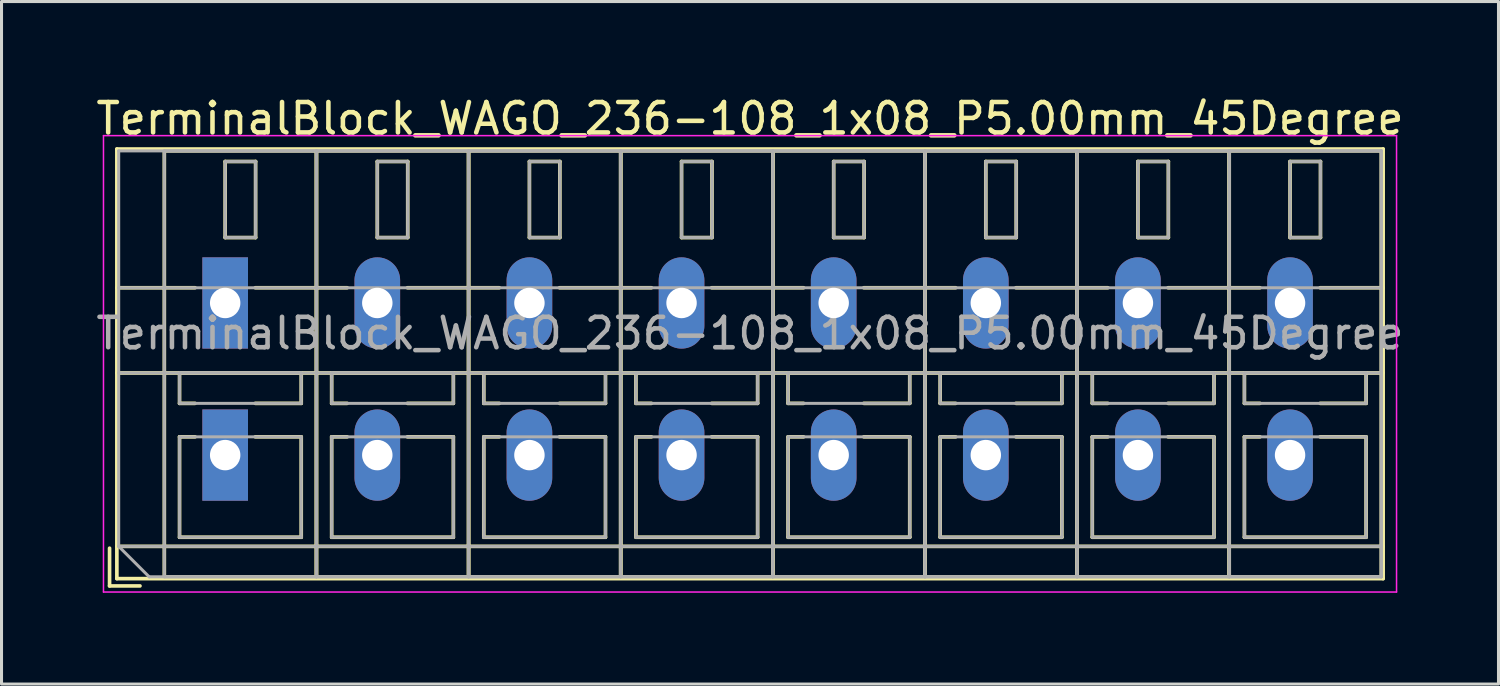
<source format=kicad_pcb>
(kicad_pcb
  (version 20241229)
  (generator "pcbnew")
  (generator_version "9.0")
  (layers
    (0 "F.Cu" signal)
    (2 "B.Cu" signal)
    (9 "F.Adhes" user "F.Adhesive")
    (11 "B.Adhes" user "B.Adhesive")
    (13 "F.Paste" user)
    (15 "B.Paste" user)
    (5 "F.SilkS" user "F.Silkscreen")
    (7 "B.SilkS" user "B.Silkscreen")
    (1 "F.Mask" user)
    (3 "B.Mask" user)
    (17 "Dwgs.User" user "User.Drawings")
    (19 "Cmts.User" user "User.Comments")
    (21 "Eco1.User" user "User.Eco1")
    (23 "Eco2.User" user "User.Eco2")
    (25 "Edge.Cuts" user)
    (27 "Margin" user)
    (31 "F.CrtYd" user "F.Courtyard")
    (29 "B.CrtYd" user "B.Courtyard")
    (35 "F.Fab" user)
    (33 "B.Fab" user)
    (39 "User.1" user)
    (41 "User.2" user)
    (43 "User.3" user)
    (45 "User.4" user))
  (footprint "TerminalBlock_WAGO_236-108_1x08_P5.00mm_45Degree"
    (layer "F.Cu")
    (at 4.351 11.908)
    (property "Reference" "TerminalBlock_WAGO_236-108_1x08_P5.00mm_45Degree" (at 17.25 -11.06 0) (layer "F.SilkS") (effects (font (size 1 1) (thickness 0.15))))
    (attr through_hole)
    (fp_line (start -3.8 3.06) (end -3.8 4.3) (stroke (width 0.12) (type solid)) (layer "F.SilkS"))
    (fp_line (start -3.8 4.3) (end -2.8 4.3) (stroke (width 0.12) (type solid)) (layer "F.SilkS"))
    (fp_line (start -3.56 -10.06) (end -3.56 4.06) (stroke (width 0.12) (type solid)) (layer "F.SilkS"))
    (fp_line (start -3.56 -10.06) (end 38.06 -10.06) (stroke (width 0.12) (type solid)) (layer "F.SilkS"))
    (fp_line (start -3.56 -5.5) (end -0.99 -5.5) (stroke (width 0.12) (type solid)) (layer "F.SilkS"))
    (fp_line (start -3.56 -2.7) (end 38.06 -2.7) (stroke (width 0.12) (type solid)) (layer "F.SilkS"))
    (fp_line (start -3.56 3) (end 38.06 3) (stroke (width 0.12) (type solid)) (layer "F.SilkS"))
    (fp_line (start -3.56 4.06) (end 38.06 4.06) (stroke (width 0.12) (type solid)) (layer "F.SilkS"))
    (fp_line (start -2 -10) (end -2 4) (stroke (width 0.12) (type solid)) (layer "F.SilkS"))
    (fp_line (start -2 -10) (end 3 -10) (stroke (width 0.12) (type solid)) (layer "F.SilkS"))
    (fp_line (start -2 4) (end 3 4) (stroke (width 0.12) (type solid)) (layer "F.SilkS"))
    (fp_line (start -1.5 -2.7) (end -1.5 -1.701) (stroke (width 0.12) (type solid)) (layer "F.SilkS"))
    (fp_line (start -1.5 -2.7) (end 2.5 -2.7) (stroke (width 0.12) (type solid)) (layer "F.SilkS"))
    (fp_line (start -1.5 -1.701) (end -0.99 -1.701) (stroke (width 0.12) (type solid)) (layer "F.SilkS"))
    (fp_line (start -1.5 -0.6) (end -1.5 2.7) (stroke (width 0.12) (type solid)) (layer "F.SilkS"))
    (fp_line (start -1.5 -0.6) (end -0.99 -0.6) (stroke (width 0.12) (type solid)) (layer "F.SilkS"))
    (fp_line (start -1.5 2.7) (end 2.5 2.7) (stroke (width 0.12) (type solid)) (layer "F.SilkS"))
    (fp_line (start 0 -9.65) (end 0 -7.15) (stroke (width 0.12) (type solid)) (layer "F.SilkS"))
    (fp_line (start 0 -9.65) (end 1 -9.65) (stroke (width 0.12) (type solid)) (layer "F.SilkS"))
    (fp_line (start 0 -7.15) (end 1 -7.15) (stroke (width 0.12) (type solid)) (layer "F.SilkS"))
    (fp_line (start 0.99 -5.5) (end 4.01 -5.5) (stroke (width 0.12) (type solid)) (layer "F.SilkS"))
    (fp_line (start 0.99 -1.701) (end 2.5 -1.701) (stroke (width 0.12) (type solid)) (layer "F.SilkS"))
    (fp_line (start 0.99 -0.6) (end 2.5 -0.6) (stroke (width 0.12) (type solid)) (layer "F.SilkS"))
    (fp_line (start 1 -9.65) (end 1 -7.15) (stroke (width 0.12) (type solid)) (layer "F.SilkS"))
    (fp_line (start 2.5 -2.7) (end 2.5 -1.701) (stroke (width 0.12) (type solid)) (layer "F.SilkS"))
    (fp_line (start 2.5 -0.6) (end 2.5 2.7) (stroke (width 0.12) (type solid)) (layer "F.SilkS"))
    (fp_line (start 3 -10) (end 3 4) (stroke (width 0.12) (type solid)) (layer "F.SilkS"))
    (fp_line (start 3 -10) (end 3 4) (stroke (width 0.12) (type solid)) (layer "F.SilkS"))
    (fp_line (start 3 -10) (end 8 -10) (stroke (width 0.12) (type solid)) (layer "F.SilkS"))
    (fp_line (start 3 4) (end 8 4) (stroke (width 0.12) (type solid)) (layer "F.SilkS"))
    (fp_line (start 3.5 -2.7) (end 3.5 -1.701) (stroke (width 0.12) (type solid)) (layer "F.SilkS"))
    (fp_line (start 3.5 -2.7) (end 7.5 -2.7) (stroke (width 0.12) (type solid)) (layer "F.SilkS"))
    (fp_line (start 3.5 -1.701) (end 4.01 -1.701) (stroke (width 0.12) (type solid)) (layer "F.SilkS"))
    (fp_line (start 3.5 -0.6) (end 3.5 2.7) (stroke (width 0.12) (type solid)) (layer "F.SilkS"))
    (fp_line (start 3.5 -0.6) (end 4.01 -0.6) (stroke (width 0.12) (type solid)) (layer "F.SilkS"))
    (fp_line (start 3.5 2.7) (end 7.5 2.7) (stroke (width 0.12) (type solid)) (layer "F.SilkS"))
    (fp_line (start 5 -9.65) (end 5 -7.15) (stroke (width 0.12) (type solid)) (layer "F.SilkS"))
    (fp_line (start 5 -9.65) (end 6 -9.65) (stroke (width 0.12) (type solid)) (layer "F.SilkS"))
    (fp_line (start 5 -7.15) (end 6 -7.15) (stroke (width 0.12) (type solid)) (layer "F.SilkS"))
    (fp_line (start 5.99 -5.5) (end 9.01 -5.5) (stroke (width 0.12) (type solid)) (layer "F.SilkS"))
    (fp_line (start 5.99 -1.701) (end 7.5 -1.701) (stroke (width 0.12) (type solid)) (layer "F.SilkS"))
    (fp_line (start 5.99 -0.6) (end 7.5 -0.6) (stroke (width 0.12) (type solid)) (layer "F.SilkS"))
    (fp_line (start 6 -9.65) (end 6 -7.15) (stroke (width 0.12) (type solid)) (layer "F.SilkS"))
    (fp_line (start 7.5 -2.7) (end 7.5 -1.701) (stroke (width 0.12) (type solid)) (layer "F.SilkS"))
    (fp_line (start 7.5 -0.6) (end 7.5 2.7) (stroke (width 0.12) (type solid)) (layer "F.SilkS"))
    (fp_line (start 8 -10) (end 8 4) (stroke (width 0.12) (type solid)) (layer "F.SilkS"))
    (fp_line (start 8 -10) (end 8 4) (stroke (width 0.12) (type solid)) (layer "F.SilkS"))
    (fp_line (start 8 -10) (end 13 -10) (stroke (width 0.12) (type solid)) (layer "F.SilkS"))
    (fp_line (start 8 4) (end 13 4) (stroke (width 0.12) (type solid)) (layer "F.SilkS"))
    (fp_line (start 8.5 -2.7) (end 8.5 -1.701) (stroke (width 0.12) (type solid)) (layer "F.SilkS"))
    (fp_line (start 8.5 -2.7) (end 12.5 -2.7) (stroke (width 0.12) (type solid)) (layer "F.SilkS"))
    (fp_line (start 8.5 -1.701) (end 9.01 -1.701) (stroke (width 0.12) (type solid)) (layer "F.SilkS"))
    (fp_line (start 8.5 -0.6) (end 8.5 2.7) (stroke (width 0.12) (type solid)) (layer "F.SilkS"))
    (fp_line (start 8.5 -0.6) (end 9.01 -0.6) (stroke (width 0.12) (type solid)) (layer "F.SilkS"))
    (fp_line (start 8.5 2.7) (end 12.5 2.7) (stroke (width 0.12) (type solid)) (layer "F.SilkS"))
    (fp_line (start 10 -9.65) (end 10 -7.15) (stroke (width 0.12) (type solid)) (layer "F.SilkS"))
    (fp_line (start 10 -9.65) (end 11 -9.65) (stroke (width 0.12) (type solid)) (layer "F.SilkS"))
    (fp_line (start 10 -7.15) (end 11 -7.15) (stroke (width 0.12) (type solid)) (layer "F.SilkS"))
    (fp_line (start 10.99 -5.5) (end 14.01 -5.5) (stroke (width 0.12) (type solid)) (layer "F.SilkS"))
    (fp_line (start 10.99 -1.701) (end 12.5 -1.701) (stroke (width 0.12) (type solid)) (layer "F.SilkS"))
    (fp_line (start 10.99 -0.6) (end 12.5 -0.6) (stroke (width 0.12) (type solid)) (layer "F.SilkS"))
    (fp_line (start 11 -9.65) (end 11 -7.15) (stroke (width 0.12) (type solid)) (layer "F.SilkS"))
    (fp_line (start 12.5 -2.7) (end 12.5 -1.701) (stroke (width 0.12) (type solid)) (layer "F.SilkS"))
    (fp_line (start 12.5 -0.6) (end 12.5 2.7) (stroke (width 0.12) (type solid)) (layer "F.SilkS"))
    (fp_line (start 13 -10) (end 13 4) (stroke (width 0.12) (type solid)) (layer "F.SilkS"))
    (fp_line (start 13 -10) (end 13 4) (stroke (width 0.12) (type solid)) (layer "F.SilkS"))
    (fp_line (start 13 -10) (end 18 -10) (stroke (width 0.12) (type solid)) (layer "F.SilkS"))
    (fp_line (start 13 4) (end 18 4) (stroke (width 0.12) (type solid)) (layer "F.SilkS"))
    (fp_line (start 13.5 -2.7) (end 13.5 -1.701) (stroke (width 0.12) (type solid)) (layer "F.SilkS"))
    (fp_line (start 13.5 -2.7) (end 17.5 -2.7) (stroke (width 0.12) (type solid)) (layer "F.SilkS"))
    (fp_line (start 13.5 -1.701) (end 14.01 -1.701) (stroke (width 0.12) (type solid)) (layer "F.SilkS"))
    (fp_line (start 13.5 -0.6) (end 13.5 2.7) (stroke (width 0.12) (type solid)) (layer "F.SilkS"))
    (fp_line (start 13.5 -0.6) (end 14.01 -0.6) (stroke (width 0.12) (type solid)) (layer "F.SilkS"))
    (fp_line (start 13.5 2.7) (end 17.5 2.7) (stroke (width 0.12) (type solid)) (layer "F.SilkS"))
    (fp_line (start 15 -9.65) (end 15 -7.15) (stroke (width 0.12) (type solid)) (layer "F.SilkS"))
    (fp_line (start 15 -9.65) (end 16 -9.65) (stroke (width 0.12) (type solid)) (layer "F.SilkS"))
    (fp_line (start 15 -7.15) (end 16 -7.15) (stroke (width 0.12) (type solid)) (layer "F.SilkS"))
    (fp_line (start 15.99 -5.5) (end 19.01 -5.5) (stroke (width 0.12) (type solid)) (layer "F.SilkS"))
    (fp_line (start 15.99 -1.701) (end 17.5 -1.701) (stroke (width 0.12) (type solid)) (layer "F.SilkS"))
    (fp_line (start 15.99 -0.6) (end 17.5 -0.6) (stroke (width 0.12) (type solid)) (layer "F.SilkS"))
    (fp_line (start 16 -9.65) (end 16 -7.15) (stroke (width 0.12) (type solid)) (layer "F.SilkS"))
    (fp_line (start 17.5 -2.7) (end 17.5 -1.701) (stroke (width 0.12) (type solid)) (layer "F.SilkS"))
    (fp_line (start 17.5 -0.6) (end 17.5 2.7) (stroke (width 0.12) (type solid)) (layer "F.SilkS"))
    (fp_line (start 18 -10) (end 18 4) (stroke (width 0.12) (type solid)) (layer "F.SilkS"))
    (fp_line (start 18 -10) (end 18 4) (stroke (width 0.12) (type solid)) (layer "F.SilkS"))
    (fp_line (start 18 -10) (end 23 -10) (stroke (width 0.12) (type solid)) (layer "F.SilkS"))
    (fp_line (start 18 4) (end 23 4) (stroke (width 0.12) (type solid)) (layer "F.SilkS"))
    (fp_line (start 18.5 -2.7) (end 18.5 -1.701) (stroke (width 0.12) (type solid)) (layer "F.SilkS"))
    (fp_line (start 18.5 -2.7) (end 22.5 -2.7) (stroke (width 0.12) (type solid)) (layer "F.SilkS"))
    (fp_line (start 18.5 -1.701) (end 19.01 -1.701) (stroke (width 0.12) (type solid)) (layer "F.SilkS"))
    (fp_line (start 18.5 -0.6) (end 18.5 2.7) (stroke (width 0.12) (type solid)) (layer "F.SilkS"))
    (fp_line (start 18.5 -0.6) (end 19.01 -0.6) (stroke (width 0.12) (type solid)) (layer "F.SilkS"))
    (fp_line (start 18.5 2.7) (end 22.5 2.7) (stroke (width 0.12) (type solid)) (layer "F.SilkS"))
    (fp_line (start 20 -9.65) (end 20 -7.15) (stroke (width 0.12) (type solid)) (layer "F.SilkS"))
    (fp_line (start 20 -9.65) (end 21 -9.65) (stroke (width 0.12) (type solid)) (layer "F.SilkS"))
    (fp_line (start 20 -7.15) (end 21 -7.15) (stroke (width 0.12) (type solid)) (layer "F.SilkS"))
    (fp_line (start 20.99 -5.5) (end 24.01 -5.5) (stroke (width 0.12) (type solid)) (layer "F.SilkS"))
    (fp_line (start 20.99 -1.701) (end 22.5 -1.701) (stroke (width 0.12) (type solid)) (layer "F.SilkS"))
    (fp_line (start 20.99 -0.6) (end 22.5 -0.6) (stroke (width 0.12) (type solid)) (layer "F.SilkS"))
    (fp_line (start 21 -9.65) (end 21 -7.15) (stroke (width 0.12) (type solid)) (layer "F.SilkS"))
    (fp_line (start 22.5 -2.7) (end 22.5 -1.701) (stroke (width 0.12) (type solid)) (layer "F.SilkS"))
    (fp_line (start 22.5 -0.6) (end 22.5 2.7) (stroke (width 0.12) (type solid)) (layer "F.SilkS"))
    (fp_line (start 23 -10) (end 23 4) (stroke (width 0.12) (type solid)) (layer "F.SilkS"))
    (fp_line (start 23 -10) (end 23 4) (stroke (width 0.12) (type solid)) (layer "F.SilkS"))
    (fp_line (start 23 -10) (end 28 -10) (stroke (width 0.12) (type solid)) (layer "F.SilkS"))
    (fp_line (start 23 4) (end 28 4) (stroke (width 0.12) (type solid)) (layer "F.SilkS"))
    (fp_line (start 23.5 -2.7) (end 23.5 -1.701) (stroke (width 0.12) (type solid)) (layer "F.SilkS"))
    (fp_line (start 23.5 -2.7) (end 27.5 -2.7) (stroke (width 0.12) (type solid)) (layer "F.SilkS"))
    (fp_line (start 23.5 -1.701) (end 24.01 -1.701) (stroke (width 0.12) (type solid)) (layer "F.SilkS"))
    (fp_line (start 23.5 -0.6) (end 23.5 2.7) (stroke (width 0.12) (type solid)) (layer "F.SilkS"))
    (fp_line (start 23.5 -0.6) (end 24.01 -0.6) (stroke (width 0.12) (type solid)) (layer "F.SilkS"))
    (fp_line (start 23.5 2.7) (end 27.5 2.7) (stroke (width 0.12) (type solid)) (layer "F.SilkS"))
    (fp_line (start 25 -9.65) (end 25 -7.15) (stroke (width 0.12) (type solid)) (layer "F.SilkS"))
    (fp_line (start 25 -9.65) (end 26 -9.65) (stroke (width 0.12) (type solid)) (layer "F.SilkS"))
    (fp_line (start 25 -7.15) (end 26 -7.15) (stroke (width 0.12) (type solid)) (layer "F.SilkS"))
    (fp_line (start 25.99 -5.5) (end 29.01 -5.5) (stroke (width 0.12) (type solid)) (layer "F.SilkS"))
    (fp_line (start 25.99 -1.701) (end 27.5 -1.701) (stroke (width 0.12) (type solid)) (layer "F.SilkS"))
    (fp_line (start 25.99 -0.6) (end 27.5 -0.6) (stroke (width 0.12) (type solid)) (layer "F.SilkS"))
    (fp_line (start 26 -9.65) (end 26 -7.15) (stroke (width 0.12) (type solid)) (layer "F.SilkS"))
    (fp_line (start 27.5 -2.7) (end 27.5 -1.701) (stroke (width 0.12) (type solid)) (layer "F.SilkS"))
    (fp_line (start 27.5 -0.6) (end 27.5 2.7) (stroke (width 0.12) (type solid)) (layer "F.SilkS"))
    (fp_line (start 28 -10) (end 28 4) (stroke (width 0.12) (type solid)) (layer "F.SilkS"))
    (fp_line (start 28 -10) (end 28 4) (stroke (width 0.12) (type solid)) (layer "F.SilkS"))
    (fp_line (start 28 -10) (end 33 -10) (stroke (width 0.12) (type solid)) (layer "F.SilkS"))
    (fp_line (start 28 4) (end 33 4) (stroke (width 0.12) (type solid)) (layer "F.SilkS"))
    (fp_line (start 28.5 -2.7) (end 28.5 -1.701) (stroke (width 0.12) (type solid)) (layer "F.SilkS"))
    (fp_line (start 28.5 -2.7) (end 32.5 -2.7) (stroke (width 0.12) (type solid)) (layer "F.SilkS"))
    (fp_line (start 28.5 -1.701) (end 29.01 -1.701) (stroke (width 0.12) (type solid)) (layer "F.SilkS"))
    (fp_line (start 28.5 -0.6) (end 28.5 2.7) (stroke (width 0.12) (type solid)) (layer "F.SilkS"))
    (fp_line (start 28.5 -0.6) (end 29.01 -0.6) (stroke (width 0.12) (type solid)) (layer "F.SilkS"))
    (fp_line (start 28.5 2.7) (end 32.5 2.7) (stroke (width 0.12) (type solid)) (layer "F.SilkS"))
    (fp_line (start 30 -9.65) (end 30 -7.15) (stroke (width 0.12) (type solid)) (layer "F.SilkS"))
    (fp_line (start 30 -9.65) (end 31 -9.65) (stroke (width 0.12) (type solid)) (layer "F.SilkS"))
    (fp_line (start 30 -7.15) (end 31 -7.15) (stroke (width 0.12) (type solid)) (layer "F.SilkS"))
    (fp_line (start 30.99 -5.5) (end 34.01 -5.5) (stroke (width 0.12) (type solid)) (layer "F.SilkS"))
    (fp_line (start 30.99 -1.701) (end 32.5 -1.701) (stroke (width 0.12) (type solid)) (layer "F.SilkS"))
    (fp_line (start 30.99 -0.6) (end 32.5 -0.6) (stroke (width 0.12) (type solid)) (layer "F.SilkS"))
    (fp_line (start 31 -9.65) (end 31 -7.15) (stroke (width 0.12) (type solid)) (layer "F.SilkS"))
    (fp_line (start 32.5 -2.7) (end 32.5 -1.701) (stroke (width 0.12) (type solid)) (layer "F.SilkS"))
    (fp_line (start 32.5 -0.6) (end 32.5 2.7) (stroke (width 0.12) (type solid)) (layer "F.SilkS"))
    (fp_line (start 33 -10) (end 33 4) (stroke (width 0.12) (type solid)) (layer "F.SilkS"))
    (fp_line (start 33 -10) (end 33 4) (stroke (width 0.12) (type solid)) (layer "F.SilkS"))
    (fp_line (start 33 -10) (end 38 -10) (stroke (width 0.12) (type solid)) (layer "F.SilkS"))
    (fp_line (start 33 4) (end 38 4) (stroke (width 0.12) (type solid)) (layer "F.SilkS"))
    (fp_line (start 33.5 -2.7) (end 33.5 -1.701) (stroke (width 0.12) (type solid)) (layer "F.SilkS"))
    (fp_line (start 33.5 -2.7) (end 37.5 -2.7) (stroke (width 0.12) (type solid)) (layer "F.SilkS"))
    (fp_line (start 33.5 -1.701) (end 34.01 -1.701) (stroke (width 0.12) (type solid)) (layer "F.SilkS"))
    (fp_line (start 33.5 -0.6) (end 33.5 2.7) (stroke (width 0.12) (type solid)) (layer "F.SilkS"))
    (fp_line (start 33.5 -0.6) (end 34.01 -0.6) (stroke (width 0.12) (type solid)) (layer "F.SilkS"))
    (fp_line (start 33.5 2.7) (end 37.5 2.7) (stroke (width 0.12) (type solid)) (layer "F.SilkS"))
    (fp_line (start 35 -9.65) (end 35 -7.15) (stroke (width 0.12) (type solid)) (layer "F.SilkS"))
    (fp_line (start 35 -9.65) (end 36 -9.65) (stroke (width 0.12) (type solid)) (layer "F.SilkS"))
    (fp_line (start 35 -7.15) (end 36 -7.15) (stroke (width 0.12) (type solid)) (layer "F.SilkS"))
    (fp_line (start 35.99 -5.5) (end 38.06 -5.5) (stroke (width 0.12) (type solid)) (layer "F.SilkS"))
    (fp_line (start 35.99 -1.701) (end 37.5 -1.701) (stroke (width 0.12) (type solid)) (layer "F.SilkS"))
    (fp_line (start 35.99 -0.6) (end 37.5 -0.6) (stroke (width 0.12) (type solid)) (layer "F.SilkS"))
    (fp_line (start 36 -9.65) (end 36 -7.15) (stroke (width 0.12) (type solid)) (layer "F.SilkS"))
    (fp_line (start 37.5 -2.7) (end 37.5 -1.701) (stroke (width 0.12) (type solid)) (layer "F.SilkS"))
    (fp_line (start 37.5 -0.6) (end 37.5 2.7) (stroke (width 0.12) (type solid)) (layer "F.SilkS"))
    (fp_line (start 38 -10) (end 38 4) (stroke (width 0.12) (type solid)) (layer "F.SilkS"))
    (fp_line (start 38.06 -10.06) (end 38.06 4.06) (stroke (width 0.12) (type solid)) (layer "F.SilkS"))
    (fp_line (start -4 -10.5) (end -4 4.5) (stroke (width 0.05) (type solid)) (layer "F.CrtYd"))
    (fp_line (start -4 4.5) (end 38.5 4.5) (stroke (width 0.05) (type solid)) (layer "F.CrtYd"))
    (fp_line (start 38.5 -10.5) (end -4 -10.5) (stroke (width 0.05) (type solid)) (layer "F.CrtYd"))
    (fp_line (start 38.5 4.5) (end 38.5 -10.5) (stroke (width 0.05) (type solid)) (layer "F.CrtYd"))
    (fp_line (start -3.5 -10) (end 38 -10) (stroke (width 0.1) (type solid)) (layer "F.Fab"))
    (fp_line (start -3.5 -5.5) (end 38 -5.5) (stroke (width 0.1) (type solid)) (layer "F.Fab"))
    (fp_line (start -3.5 -2.7) (end 38 -2.7) (stroke (width 0.1) (type solid)) (layer "F.Fab"))
    (fp_line (start -3.5 3) (end -3.5 -10) (stroke (width 0.1) (type solid)) (layer "F.Fab"))
    (fp_line (start -3.5 3) (end 38 3) (stroke (width 0.1) (type solid)) (layer "F.Fab"))
    (fp_line (start -2.5 4) (end -3.5 3) (stroke (width 0.1) (type solid)) (layer "F.Fab"))
    (fp_line (start -2 -10) (end -2 4) (stroke (width 0.1) (type solid)) (layer "F.Fab"))
    (fp_line (start -2 4) (end 3 4) (stroke (width 0.1) (type solid)) (layer "F.Fab"))
    (fp_line (start -1.5 -2.7) (end -1.5 -1.7) (stroke (width 0.1) (type solid)) (layer "F.Fab"))
    (fp_line (start -1.5 -1.7) (end 2.5 -1.7) (stroke (width 0.1) (type solid)) (layer "F.Fab"))
    (fp_line (start -1.5 -0.6) (end -1.5 2.7) (stroke (width 0.1) (type solid)) (layer "F.Fab"))
    (fp_line (start -1.5 2.7) (end 2.5 2.7) (stroke (width 0.1) (type solid)) (layer "F.Fab"))
    (fp_line (start 0 -9.65) (end 0 -7.15) (stroke (width 0.1) (type solid)) (layer "F.Fab"))
    (fp_line (start 0 -7.15) (end 1 -7.15) (stroke (width 0.1) (type solid)) (layer "F.Fab"))
    (fp_line (start 1 -9.65) (end 0 -9.65) (stroke (width 0.1) (type solid)) (layer "F.Fab"))
    (fp_line (start 1 -7.15) (end 1 -9.65) (stroke (width 0.1) (type solid)) (layer "F.Fab"))
    (fp_line (start 2.5 -2.7) (end -1.5 -2.7) (stroke (width 0.1) (type solid)) (layer "F.Fab"))
    (fp_line (start 2.5 -1.7) (end 2.5 -2.7) (stroke (width 0.1) (type solid)) (layer "F.Fab"))
    (fp_line (start 2.5 -0.6) (end -1.5 -0.6) (stroke (width 0.1) (type solid)) (layer "F.Fab"))
    (fp_line (start 2.5 2.7) (end 2.5 -0.6) (stroke (width 0.1) (type solid)) (layer "F.Fab"))
    (fp_line (start 3 -10) (end -2 -10) (stroke (width 0.1) (type solid)) (layer "F.Fab"))
    (fp_line (start 3 -10) (end 3 4) (stroke (width 0.1) (type solid)) (layer "F.Fab"))
    (fp_line (start 3 4) (end 3 -10) (stroke (width 0.1) (type solid)) (layer "F.Fab"))
    (fp_line (start 3 4) (end 8 4) (stroke (width 0.1) (type solid)) (layer "F.Fab"))
    (fp_line (start 3.5 -2.7) (end 3.5 -1.7) (stroke (width 0.1) (type solid)) (layer "F.Fab"))
    (fp_line (start 3.5 -1.7) (end 7.5 -1.7) (stroke (width 0.1) (type solid)) (layer "F.Fab"))
    (fp_line (start 3.5 -0.6) (end 3.5 2.7) (stroke (width 0.1) (type solid)) (layer "F.Fab"))
    (fp_line (start 3.5 2.7) (end 7.5 2.7) (stroke (width 0.1) (type solid)) (layer "F.Fab"))
    (fp_line (start 5 -9.65) (end 5 -7.15) (stroke (width 0.1) (type solid)) (layer "F.Fab"))
    (fp_line (start 5 -7.15) (end 6 -7.15) (stroke (width 0.1) (type solid)) (layer "F.Fab"))
    (fp_line (start 6 -9.65) (end 5 -9.65) (stroke (width 0.1) (type solid)) (layer "F.Fab"))
    (fp_line (start 6 -7.15) (end 6 -9.65) (stroke (width 0.1) (type solid)) (layer "F.Fab"))
    (fp_line (start 7.5 -2.7) (end 3.5 -2.7) (stroke (width 0.1) (type solid)) (layer "F.Fab"))
    (fp_line (start 7.5 -1.7) (end 7.5 -2.7) (stroke (width 0.1) (type solid)) (layer "F.Fab"))
    (fp_line (start 7.5 -0.6) (end 3.5 -0.6) (stroke (width 0.1) (type solid)) (layer "F.Fab"))
    (fp_line (start 7.5 2.7) (end 7.5 -0.6) (stroke (width 0.1) (type solid)) (layer "F.Fab"))
    (fp_line (start 8 -10) (end 3 -10) (stroke (width 0.1) (type solid)) (layer "F.Fab"))
    (fp_line (start 8 -10) (end 8 4) (stroke (width 0.1) (type solid)) (layer "F.Fab"))
    (fp_line (start 8 4) (end 8 -10) (stroke (width 0.1) (type solid)) (layer "F.Fab"))
    (fp_line (start 8 4) (end 13 4) (stroke (width 0.1) (type solid)) (layer "F.Fab"))
    (fp_line (start 8.5 -2.7) (end 8.5 -1.7) (stroke (width 0.1) (type solid)) (layer "F.Fab"))
    (fp_line (start 8.5 -1.7) (end 12.5 -1.7) (stroke (width 0.1) (type solid)) (layer "F.Fab"))
    (fp_line (start 8.5 -0.6) (end 8.5 2.7) (stroke (width 0.1) (type solid)) (layer "F.Fab"))
    (fp_line (start 8.5 2.7) (end 12.5 2.7) (stroke (width 0.1) (type solid)) (layer "F.Fab"))
    (fp_line (start 10 -9.65) (end 10 -7.15) (stroke (width 0.1) (type solid)) (layer "F.Fab"))
    (fp_line (start 10 -7.15) (end 11 -7.15) (stroke (width 0.1) (type solid)) (layer "F.Fab"))
    (fp_line (start 11 -9.65) (end 10 -9.65) (stroke (width 0.1) (type solid)) (layer "F.Fab"))
    (fp_line (start 11 -7.15) (end 11 -9.65) (stroke (width 0.1) (type solid)) (layer "F.Fab"))
    (fp_line (start 12.5 -2.7) (end 8.5 -2.7) (stroke (width 0.1) (type solid)) (layer "F.Fab"))
    (fp_line (start 12.5 -1.7) (end 12.5 -2.7) (stroke (width 0.1) (type solid)) (layer "F.Fab"))
    (fp_line (start 12.5 -0.6) (end 8.5 -0.6) (stroke (width 0.1) (type solid)) (layer "F.Fab"))
    (fp_line (start 12.5 2.7) (end 12.5 -0.6) (stroke (width 0.1) (type solid)) (layer "F.Fab"))
    (fp_line (start 13 -10) (end 8 -10) (stroke (width 0.1) (type solid)) (layer "F.Fab"))
    (fp_line (start 13 -10) (end 13 4) (stroke (width 0.1) (type solid)) (layer "F.Fab"))
    (fp_line (start 13 4) (end 13 -10) (stroke (width 0.1) (type solid)) (layer "F.Fab"))
    (fp_line (start 13 4) (end 18 4) (stroke (width 0.1) (type solid)) (layer "F.Fab"))
    (fp_line (start 13.5 -2.7) (end 13.5 -1.7) (stroke (width 0.1) (type solid)) (layer "F.Fab"))
    (fp_line (start 13.5 -1.7) (end 17.5 -1.7) (stroke (width 0.1) (type solid)) (layer "F.Fab"))
    (fp_line (start 13.5 -0.6) (end 13.5 2.7) (stroke (width 0.1) (type solid)) (layer "F.Fab"))
    (fp_line (start 13.5 2.7) (end 17.5 2.7) (stroke (width 0.1) (type solid)) (layer "F.Fab"))
    (fp_line (start 15 -9.65) (end 15 -7.15) (stroke (width 0.1) (type solid)) (layer "F.Fab"))
    (fp_line (start 15 -7.15) (end 16 -7.15) (stroke (width 0.1) (type solid)) (layer "F.Fab"))
    (fp_line (start 16 -9.65) (end 15 -9.65) (stroke (width 0.1) (type solid)) (layer "F.Fab"))
    (fp_line (start 16 -7.15) (end 16 -9.65) (stroke (width 0.1) (type solid)) (layer "F.Fab"))
    (fp_line (start 17.5 -2.7) (end 13.5 -2.7) (stroke (width 0.1) (type solid)) (layer "F.Fab"))
    (fp_line (start 17.5 -1.7) (end 17.5 -2.7) (stroke (width 0.1) (type solid)) (layer "F.Fab"))
    (fp_line (start 17.5 -0.6) (end 13.5 -0.6) (stroke (width 0.1) (type solid)) (layer "F.Fab"))
    (fp_line (start 17.5 2.7) (end 17.5 -0.6) (stroke (width 0.1) (type solid)) (layer "F.Fab"))
    (fp_line (start 18 -10) (end 13 -10) (stroke (width 0.1) (type solid)) (layer "F.Fab"))
    (fp_line (start 18 -10) (end 18 4) (stroke (width 0.1) (type solid)) (layer "F.Fab"))
    (fp_line (start 18 4) (end 18 -10) (stroke (width 0.1) (type solid)) (layer "F.Fab"))
    (fp_line (start 18 4) (end 23 4) (stroke (width 0.1) (type solid)) (layer "F.Fab"))
    (fp_line (start 18.5 -2.7) (end 18.5 -1.7) (stroke (width 0.1) (type solid)) (layer "F.Fab"))
    (fp_line (start 18.5 -1.7) (end 22.5 -1.7) (stroke (width 0.1) (type solid)) (layer "F.Fab"))
    (fp_line (start 18.5 -0.6) (end 18.5 2.7) (stroke (width 0.1) (type solid)) (layer "F.Fab"))
    (fp_line (start 18.5 2.7) (end 22.5 2.7) (stroke (width 0.1) (type solid)) (layer "F.Fab"))
    (fp_line (start 20 -9.65) (end 20 -7.15) (stroke (width 0.1) (type solid)) (layer "F.Fab"))
    (fp_line (start 20 -7.15) (end 21 -7.15) (stroke (width 0.1) (type solid)) (layer "F.Fab"))
    (fp_line (start 21 -9.65) (end 20 -9.65) (stroke (width 0.1) (type solid)) (layer "F.Fab"))
    (fp_line (start 21 -7.15) (end 21 -9.65) (stroke (width 0.1) (type solid)) (layer "F.Fab"))
    (fp_line (start 22.5 -2.7) (end 18.5 -2.7) (stroke (width 0.1) (type solid)) (layer "F.Fab"))
    (fp_line (start 22.5 -1.7) (end 22.5 -2.7) (stroke (width 0.1) (type solid)) (layer "F.Fab"))
    (fp_line (start 22.5 -0.6) (end 18.5 -0.6) (stroke (width 0.1) (type solid)) (layer "F.Fab"))
    (fp_line (start 22.5 2.7) (end 22.5 -0.6) (stroke (width 0.1) (type solid)) (layer "F.Fab"))
    (fp_line (start 23 -10) (end 18 -10) (stroke (width 0.1) (type solid)) (layer "F.Fab"))
    (fp_line (start 23 -10) (end 23 4) (stroke (width 0.1) (type solid)) (layer "F.Fab"))
    (fp_line (start 23 4) (end 23 -10) (stroke (width 0.1) (type solid)) (layer "F.Fab"))
    (fp_line (start 23 4) (end 28 4) (stroke (width 0.1) (type solid)) (layer "F.Fab"))
    (fp_line (start 23.5 -2.7) (end 23.5 -1.7) (stroke (width 0.1) (type solid)) (layer "F.Fab"))
    (fp_line (start 23.5 -1.7) (end 27.5 -1.7) (stroke (width 0.1) (type solid)) (layer "F.Fab"))
    (fp_line (start 23.5 -0.6) (end 23.5 2.7) (stroke (width 0.1) (type solid)) (layer "F.Fab"))
    (fp_line (start 23.5 2.7) (end 27.5 2.7) (stroke (width 0.1) (type solid)) (layer "F.Fab"))
    (fp_line (start 25 -9.65) (end 25 -7.15) (stroke (width 0.1) (type solid)) (layer "F.Fab"))
    (fp_line (start 25 -7.15) (end 26 -7.15) (stroke (width 0.1) (type solid)) (layer "F.Fab"))
    (fp_line (start 26 -9.65) (end 25 -9.65) (stroke (width 0.1) (type solid)) (layer "F.Fab"))
    (fp_line (start 26 -7.15) (end 26 -9.65) (stroke (width 0.1) (type solid)) (layer "F.Fab"))
    (fp_line (start 27.5 -2.7) (end 23.5 -2.7) (stroke (width 0.1) (type solid)) (layer "F.Fab"))
    (fp_line (start 27.5 -1.7) (end 27.5 -2.7) (stroke (width 0.1) (type solid)) (layer "F.Fab"))
    (fp_line (start 27.5 -0.6) (end 23.5 -0.6) (stroke (width 0.1) (type solid)) (layer "F.Fab"))
    (fp_line (start 27.5 2.7) (end 27.5 -0.6) (stroke (width 0.1) (type solid)) (layer "F.Fab"))
    (fp_line (start 28 -10) (end 23 -10) (stroke (width 0.1) (type solid)) (layer "F.Fab"))
    (fp_line (start 28 -10) (end 28 4) (stroke (width 0.1) (type solid)) (layer "F.Fab"))
    (fp_line (start 28 4) (end 28 -10) (stroke (width 0.1) (type solid)) (layer "F.Fab"))
    (fp_line (start 28 4) (end 33 4) (stroke (width 0.1) (type solid)) (layer "F.Fab"))
    (fp_line (start 28.5 -2.7) (end 28.5 -1.7) (stroke (width 0.1) (type solid)) (layer "F.Fab"))
    (fp_line (start 28.5 -1.7) (end 32.5 -1.7) (stroke (width 0.1) (type solid)) (layer "F.Fab"))
    (fp_line (start 28.5 -0.6) (end 28.5 2.7) (stroke (width 0.1) (type solid)) (layer "F.Fab"))
    (fp_line (start 28.5 2.7) (end 32.5 2.7) (stroke (width 0.1) (type solid)) (layer "F.Fab"))
    (fp_line (start 30 -9.65) (end 30 -7.15) (stroke (width 0.1) (type solid)) (layer "F.Fab"))
    (fp_line (start 30 -7.15) (end 31 -7.15) (stroke (width 0.1) (type solid)) (layer "F.Fab"))
    (fp_line (start 31 -9.65) (end 30 -9.65) (stroke (width 0.1) (type solid)) (layer "F.Fab"))
    (fp_line (start 31 -7.15) (end 31 -9.65) (stroke (width 0.1) (type solid)) (layer "F.Fab"))
    (fp_line (start 32.5 -2.7) (end 28.5 -2.7) (stroke (width 0.1) (type solid)) (layer "F.Fab"))
    (fp_line (start 32.5 -1.7) (end 32.5 -2.7) (stroke (width 0.1) (type solid)) (layer "F.Fab"))
    (fp_line (start 32.5 -0.6) (end 28.5 -0.6) (stroke (width 0.1) (type solid)) (layer "F.Fab"))
    (fp_line (start 32.5 2.7) (end 32.5 -0.6) (stroke (width 0.1) (type solid)) (layer "F.Fab"))
    (fp_line (start 33 -10) (end 28 -10) (stroke (width 0.1) (type solid)) (layer "F.Fab"))
    (fp_line (start 33 -10) (end 33 4) (stroke (width 0.1) (type solid)) (layer "F.Fab"))
    (fp_line (start 33 4) (end 33 -10) (stroke (width 0.1) (type solid)) (layer "F.Fab"))
    (fp_line (start 33 4) (end 38 4) (stroke (width 0.1) (type solid)) (layer "F.Fab"))
    (fp_line (start 33.5 -2.7) (end 33.5 -1.7) (stroke (width 0.1) (type solid)) (layer "F.Fab"))
    (fp_line (start 33.5 -1.7) (end 37.5 -1.7) (stroke (width 0.1) (type solid)) (layer "F.Fab"))
    (fp_line (start 33.5 -0.6) (end 33.5 2.7) (stroke (width 0.1) (type solid)) (layer "F.Fab"))
    (fp_line (start 33.5 2.7) (end 37.5 2.7) (stroke (width 0.1) (type solid)) (layer "F.Fab"))
    (fp_line (start 35 -9.65) (end 35 -7.15) (stroke (width 0.1) (type solid)) (layer "F.Fab"))
    (fp_line (start 35 -7.15) (end 36 -7.15) (stroke (width 0.1) (type solid)) (layer "F.Fab"))
    (fp_line (start 36 -9.65) (end 35 -9.65) (stroke (width 0.1) (type solid)) (layer "F.Fab"))
    (fp_line (start 36 -7.15) (end 36 -9.65) (stroke (width 0.1) (type solid)) (layer "F.Fab"))
    (fp_line (start 37.5 -2.7) (end 33.5 -2.7) (stroke (width 0.1) (type solid)) (layer "F.Fab"))
    (fp_line (start 37.5 -1.7) (end 37.5 -2.7) (stroke (width 0.1) (type solid)) (layer "F.Fab"))
    (fp_line (start 37.5 -0.6) (end 33.5 -0.6) (stroke (width 0.1) (type solid)) (layer "F.Fab"))
    (fp_line (start 37.5 2.7) (end 37.5 -0.6) (stroke (width 0.1) (type solid)) (layer "F.Fab"))
    (fp_line (start 38 -10) (end 33 -10) (stroke (width 0.1) (type solid)) (layer "F.Fab"))
    (fp_line (start 38 -10) (end 38 4) (stroke (width 0.1) (type solid)) (layer "F.Fab"))
    (fp_line (start 38 4) (end -2.5 4) (stroke (width 0.1) (type solid)) (layer "F.Fab"))
    (fp_line (start 38 4) (end 38 -10) (stroke (width 0.1) (type solid)) (layer "F.Fab"))
    (fp_text user "${REFERENCE}" (at 17.25 -4 0) (layer "F.Fab") (effects (font (size 1 1) (thickness 0.15))))
    (pad "1" thru_hole rect (at 0 -5) (size 1.5 3) (drill 1) (layers "*.Cu" "*.Mask"))
    (pad "1" thru_hole rect (at 0 0) (size 1.5 3) (drill 1) (layers "*.Cu" "*.Mask"))
    (pad "2" thru_hole oval (at 5 -5) (size 1.5 3) (drill 1) (layers "*.Cu" "*.Mask"))
    (pad "2" thru_hole oval (at 5 0) (size 1.5 3) (drill 1) (layers "*.Cu" "*.Mask"))
    (pad "3" thru_hole oval (at 10 -5) (size 1.5 3) (drill 1) (layers "*.Cu" "*.Mask"))
    (pad "3" thru_hole oval (at 10 0) (size 1.5 3) (drill 1) (layers "*.Cu" "*.Mask"))
    (pad "4" thru_hole oval (at 15 -5) (size 1.5 3) (drill 1) (layers "*.Cu" "*.Mask"))
    (pad "4" thru_hole oval (at 15 0) (size 1.5 3) (drill 1) (layers "*.Cu" "*.Mask"))
    (pad "5" thru_hole oval (at 20 -5) (size 1.5 3) (drill 1) (layers "*.Cu" "*.Mask"))
    (pad "5" thru_hole oval (at 20 0) (size 1.5 3) (drill 1) (layers "*.Cu" "*.Mask"))
    (pad "6" thru_hole oval (at 25 -5) (size 1.5 3) (drill 1) (layers "*.Cu" "*.Mask"))
    (pad "6" thru_hole oval (at 25 0) (size 1.5 3) (drill 1) (layers "*.Cu" "*.Mask"))
    (pad "7" thru_hole oval (at 30 -5) (size 1.5 3) (drill 1) (layers "*.Cu" "*.Mask"))
    (pad "7" thru_hole oval (at 30 0) (size 1.5 3) (drill 1) (layers "*.Cu" "*.Mask"))
    (pad "8" thru_hole oval (at 35 -5) (size 1.5 3) (drill 1) (layers "*.Cu" "*.Mask"))
    (pad "8" thru_hole oval (at 35 0) (size 1.5 3) (drill 1) (layers "*.Cu" "*.Mask")))
  (gr_rect
    (start -3 -3)
    (end 46.202 19.433)
    (stroke (width 0.1) (type default))
    (fill no)
    (layer "Edge.Cuts")))
</source>
